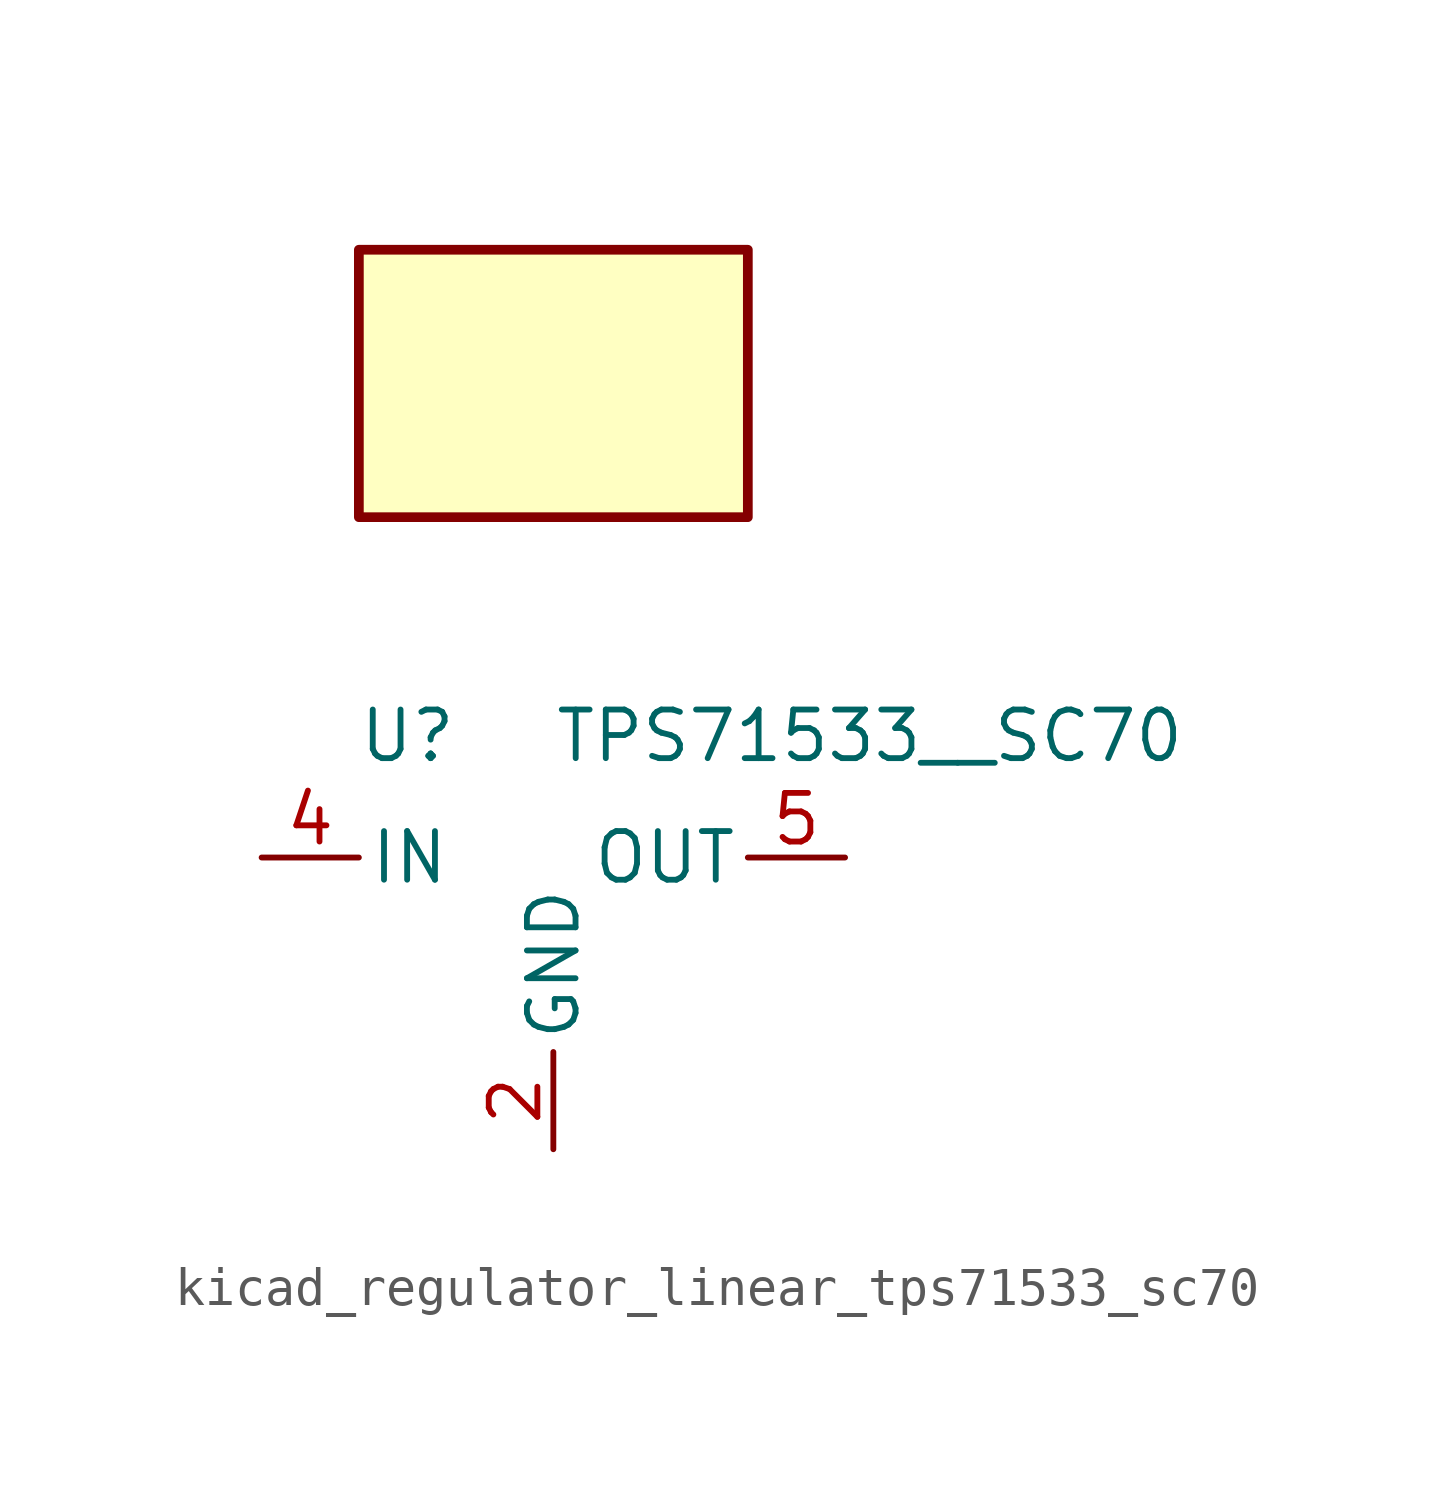
<source format=kicad_sym>
(kicad_symbol_lib
  (version 20220914)
  (generator kicad_symbol_editor)
  (symbol "kicad_regulator_linear_tps71533_sc70"
    (pin_names
      (offset 0.254))
    (property "Reference" "U"
      (at -3.81 3.175 0)
      (effects (font (size 1.27 1.27))))
    (property "Value" "TPS71533__SC70"
      (at 0 3.175 0)
      (effects (font (size 1.27 1.27)) (justify left)))
    (symbol "kicad_regulator_linear_tps71533_sc70_0_1"
      (rectangle (start 5.08 15.875) (end -5.08 8.89) (stroke (width 0.254) (type default)) (fill (type background))))
    (symbol "kicad_regulator_linear_tps71533_sc70_1_1"
      (pin no_connect line (at 5.08 -2.54 180) (length 2.54) hide (name "NC" (effects (font (size 1.27 1.27)))) (number "1" (effects (font (size 1.27 1.27)))))
      (pin power_in line (at 0 -7.62 90) (length 2.54) (name "GND" (effects (font (size 1.27 1.27)))) (number "2" (effects (font (size 1.27 1.27)))))
      (pin no_connect line (at -5.08 -2.54 0) (length 2.54) hide (name "NC" (effects (font (size 1.27 1.27)))) (number "3" (effects (font (size 1.27 1.27)))))
      (pin power_in line (at -7.62 0 0) (length 2.54) (name "IN" (effects (font (size 1.27 1.27)))) (number "4" (effects (font (size 1.27 1.27)))))
      (pin power_out line (at 7.62 0 180) (length 2.54) (name "OUT" (effects (font (size 1.27 1.27)))) (number "5" (effects (font (size 1.27 1.27))))))))
</source>
